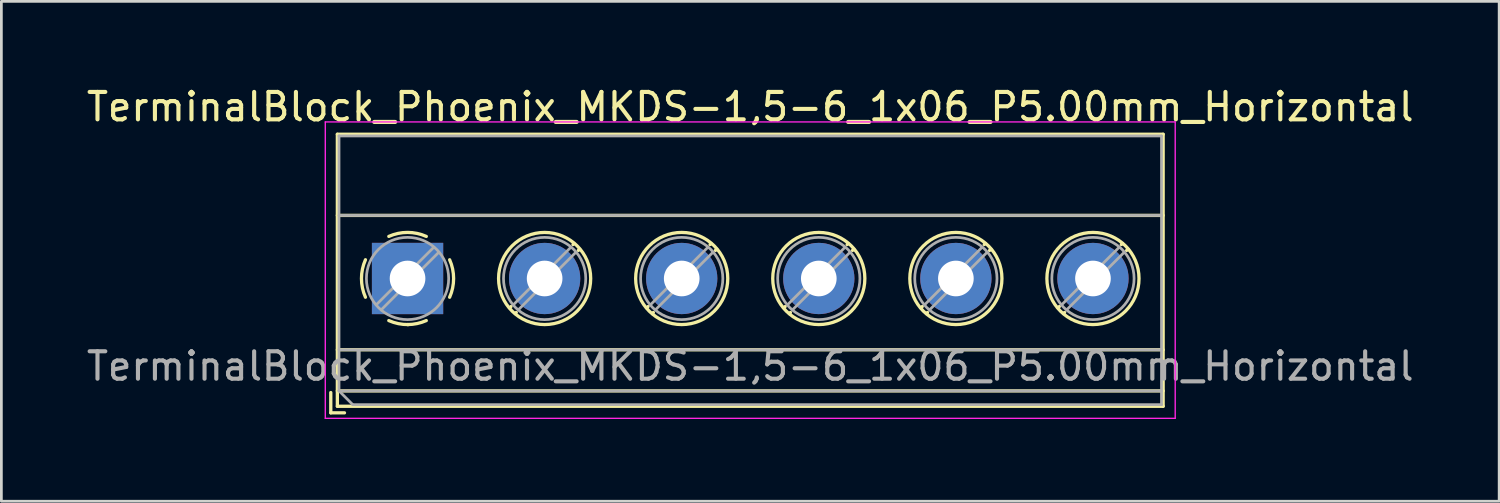
<source format=kicad_pcb>
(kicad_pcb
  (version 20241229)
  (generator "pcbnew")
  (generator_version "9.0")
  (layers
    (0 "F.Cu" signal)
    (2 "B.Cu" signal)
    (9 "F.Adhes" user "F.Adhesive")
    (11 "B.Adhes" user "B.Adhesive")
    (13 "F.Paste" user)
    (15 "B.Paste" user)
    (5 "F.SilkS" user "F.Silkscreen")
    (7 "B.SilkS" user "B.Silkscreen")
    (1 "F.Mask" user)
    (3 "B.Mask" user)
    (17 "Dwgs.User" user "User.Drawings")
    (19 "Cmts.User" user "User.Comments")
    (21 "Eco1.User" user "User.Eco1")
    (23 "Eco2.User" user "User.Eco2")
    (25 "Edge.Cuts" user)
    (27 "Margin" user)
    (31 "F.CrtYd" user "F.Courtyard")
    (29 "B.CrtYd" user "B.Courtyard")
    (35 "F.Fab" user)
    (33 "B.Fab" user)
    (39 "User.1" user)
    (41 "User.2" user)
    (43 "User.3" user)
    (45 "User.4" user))
  (footprint "TerminalBlock_Phoenix_MKDS-1,5-6_1x06_P5.00mm_Horizontal"
    (layer "F.Cu")
    (at 11.815 7.108)
    (property "Reference" "TerminalBlock_Phoenix_MKDS-1,5-6_1x06_P5.00mm_Horizontal" (at 12.5 -6.26 0) (layer "F.SilkS") (effects (font (size 1 1) (thickness 0.15))))
    (attr through_hole)
    (fp_line (start -2.8 4.16) (end -2.8 4.9) (stroke (width 0.12) (type solid)) (layer "F.SilkS"))
    (fp_line (start -2.8 4.9) (end -2.3 4.9) (stroke (width 0.12) (type solid)) (layer "F.SilkS"))
    (fp_line (start -2.56 -5.261) (end -2.56 4.66) (stroke (width 0.12) (type solid)) (layer "F.SilkS"))
    (fp_line (start -2.56 -5.261) (end 27.56 -5.261) (stroke (width 0.12) (type solid)) (layer "F.SilkS"))
    (fp_line (start -2.56 -2.301) (end 27.56 -2.301) (stroke (width 0.12) (type solid)) (layer "F.SilkS"))
    (fp_line (start -2.56 2.6) (end 27.56 2.6) (stroke (width 0.12) (type solid)) (layer "F.SilkS"))
    (fp_line (start -2.56 4.1) (end 27.56 4.1) (stroke (width 0.12) (type solid)) (layer "F.SilkS"))
    (fp_line (start -2.56 4.66) (end 27.56 4.66) (stroke (width 0.12) (type solid)) (layer "F.SilkS"))
    (fp_line (start 3.773 1.023) (end 3.726 1.069) (stroke (width 0.12) (type solid)) (layer "F.SilkS"))
    (fp_line (start 3.966 1.239) (end 3.931 1.274) (stroke (width 0.12) (type solid)) (layer "F.SilkS"))
    (fp_line (start 6.07 -1.275) (end 6.035 -1.239) (stroke (width 0.12) (type solid)) (layer "F.SilkS"))
    (fp_line (start 6.275 -1.069) (end 6.228 -1.023) (stroke (width 0.12) (type solid)) (layer "F.SilkS"))
    (fp_line (start 8.773 1.023) (end 8.726 1.069) (stroke (width 0.12) (type solid)) (layer "F.SilkS"))
    (fp_line (start 8.966 1.239) (end 8.931 1.274) (stroke (width 0.12) (type solid)) (layer "F.SilkS"))
    (fp_line (start 11.07 -1.275) (end 11.035 -1.239) (stroke (width 0.12) (type solid)) (layer "F.SilkS"))
    (fp_line (start 11.275 -1.069) (end 11.228 -1.023) (stroke (width 0.12) (type solid)) (layer "F.SilkS"))
    (fp_line (start 13.773 1.023) (end 13.726 1.069) (stroke (width 0.12) (type solid)) (layer "F.SilkS"))
    (fp_line (start 13.966 1.239) (end 13.931 1.274) (stroke (width 0.12) (type solid)) (layer "F.SilkS"))
    (fp_line (start 16.07 -1.275) (end 16.035 -1.239) (stroke (width 0.12) (type solid)) (layer "F.SilkS"))
    (fp_line (start 16.275 -1.069) (end 16.228 -1.023) (stroke (width 0.12) (type solid)) (layer "F.SilkS"))
    (fp_line (start 18.773 1.023) (end 18.726 1.069) (stroke (width 0.12) (type solid)) (layer "F.SilkS"))
    (fp_line (start 18.966 1.239) (end 18.931 1.274) (stroke (width 0.12) (type solid)) (layer "F.SilkS"))
    (fp_line (start 21.07 -1.275) (end 21.035 -1.239) (stroke (width 0.12) (type solid)) (layer "F.SilkS"))
    (fp_line (start 21.275 -1.069) (end 21.228 -1.023) (stroke (width 0.12) (type solid)) (layer "F.SilkS"))
    (fp_line (start 23.773 1.023) (end 23.726 1.069) (stroke (width 0.12) (type solid)) (layer "F.SilkS"))
    (fp_line (start 23.966 1.239) (end 23.931 1.274) (stroke (width 0.12) (type solid)) (layer "F.SilkS"))
    (fp_line (start 26.07 -1.275) (end 26.035 -1.239) (stroke (width 0.12) (type solid)) (layer "F.SilkS"))
    (fp_line (start 26.275 -1.069) (end 26.228 -1.023) (stroke (width 0.12) (type solid)) (layer "F.SilkS"))
    (fp_line (start 27.56 -5.261) (end 27.56 4.66) (stroke (width 0.12) (type solid)) (layer "F.SilkS"))
    (fp_arc (start -1.535427 0.683042) (mid -1.680501 -0.000524) (end -1.535 -0.684) (stroke (width 0.12) (type solid)) (layer "F.SilkS"))
    (fp_arc (start -0.683042 -1.535427) (mid 0.000524 -1.680501) (end 0.684 -1.535) (stroke (width 0.12) (type solid)) (layer "F.SilkS"))
    (fp_arc (start 0.028805 1.680253) (mid -0.335551 1.646659) (end -0.684 1.535) (stroke (width 0.12) (type solid)) (layer "F.SilkS"))
    (fp_arc (start 0.683318 1.534756) (mid 0.349292 1.643288) (end 0 1.68) (stroke (width 0.12) (type solid)) (layer "F.SilkS"))
    (fp_arc (start 1.535427 -0.683042) (mid 1.680501 0.000524) (end 1.535 0.684) (stroke (width 0.12) (type solid)) (layer "F.SilkS"))
    (fp_circle (center 5 0) (end 6.68 0) (stroke (width 0.12) (type solid)) (fill no) (layer "F.SilkS"))
    (fp_circle (center 10 0) (end 11.68 0) (stroke (width 0.12) (type solid)) (fill no) (layer "F.SilkS"))
    (fp_circle (center 15 0) (end 16.68 0) (stroke (width 0.12) (type solid)) (fill no) (layer "F.SilkS"))
    (fp_circle (center 20 0) (end 21.68 0) (stroke (width 0.12) (type solid)) (fill no) (layer "F.SilkS"))
    (fp_circle (center 25 0) (end 26.68 0) (stroke (width 0.12) (type solid)) (fill no) (layer "F.SilkS"))
    (fp_line (start -3 -5.71) (end -3 5.1) (stroke (width 0.05) (type solid)) (layer "F.CrtYd"))
    (fp_line (start -3 5.1) (end 28 5.1) (stroke (width 0.05) (type solid)) (layer "F.CrtYd"))
    (fp_line (start 28 -5.71) (end -3 -5.71) (stroke (width 0.05) (type solid)) (layer "F.CrtYd"))
    (fp_line (start 28 5.1) (end 28 -5.71) (stroke (width 0.05) (type solid)) (layer "F.CrtYd"))
    (fp_line (start -2.5 -5.2) (end 27.5 -5.2) (stroke (width 0.1) (type solid)) (layer "F.Fab"))
    (fp_line (start -2.5 -2.3) (end 27.5 -2.3) (stroke (width 0.1) (type solid)) (layer "F.Fab"))
    (fp_line (start -2.5 2.6) (end 27.5 2.6) (stroke (width 0.1) (type solid)) (layer "F.Fab"))
    (fp_line (start -2.5 4.1) (end -2.5 -5.2) (stroke (width 0.1) (type solid)) (layer "F.Fab"))
    (fp_line (start -2.5 4.1) (end 27.5 4.1) (stroke (width 0.1) (type solid)) (layer "F.Fab"))
    (fp_line (start -2 4.6) (end -2.5 4.1) (stroke (width 0.1) (type solid)) (layer "F.Fab"))
    (fp_line (start 0.955 -1.138) (end -1.138 0.955) (stroke (width 0.1) (type solid)) (layer "F.Fab"))
    (fp_line (start 1.138 -0.955) (end -0.955 1.138) (stroke (width 0.1) (type solid)) (layer "F.Fab"))
    (fp_line (start 5.955 -1.138) (end 3.863 0.955) (stroke (width 0.1) (type solid)) (layer "F.Fab"))
    (fp_line (start 6.138 -0.955) (end 4.046 1.138) (stroke (width 0.1) (type solid)) (layer "F.Fab"))
    (fp_line (start 10.955 -1.138) (end 8.863 0.955) (stroke (width 0.1) (type solid)) (layer "F.Fab"))
    (fp_line (start 11.138 -0.955) (end 9.046 1.138) (stroke (width 0.1) (type solid)) (layer "F.Fab"))
    (fp_line (start 15.955 -1.138) (end 13.863 0.955) (stroke (width 0.1) (type solid)) (layer "F.Fab"))
    (fp_line (start 16.138 -0.955) (end 14.046 1.138) (stroke (width 0.1) (type solid)) (layer "F.Fab"))
    (fp_line (start 20.955 -1.138) (end 18.863 0.955) (stroke (width 0.1) (type solid)) (layer "F.Fab"))
    (fp_line (start 21.138 -0.955) (end 19.046 1.138) (stroke (width 0.1) (type solid)) (layer "F.Fab"))
    (fp_line (start 25.955 -1.138) (end 23.863 0.955) (stroke (width 0.1) (type solid)) (layer "F.Fab"))
    (fp_line (start 26.138 -0.955) (end 24.046 1.138) (stroke (width 0.1) (type solid)) (layer "F.Fab"))
    (fp_line (start 27.5 -5.2) (end 27.5 4.6) (stroke (width 0.1) (type solid)) (layer "F.Fab"))
    (fp_line (start 27.5 4.6) (end -2 4.6) (stroke (width 0.1) (type solid)) (layer "F.Fab"))
    (fp_circle (center 0 0) (end 1.5 0) (stroke (width 0.1) (type solid)) (fill no) (layer "F.Fab"))
    (fp_circle (center 5 0) (end 6.5 0) (stroke (width 0.1) (type solid)) (fill no) (layer "F.Fab"))
    (fp_circle (center 10 0) (end 11.5 0) (stroke (width 0.1) (type solid)) (fill no) (layer "F.Fab"))
    (fp_circle (center 15 0) (end 16.5 0) (stroke (width 0.1) (type solid)) (fill no) (layer "F.Fab"))
    (fp_circle (center 20 0) (end 21.5 0) (stroke (width 0.1) (type solid)) (fill no) (layer "F.Fab"))
    (fp_circle (center 25 0) (end 26.5 0) (stroke (width 0.1) (type solid)) (fill no) (layer "F.Fab"))
    (fp_text user "${REFERENCE}" (at 12.5 3.2 0) (layer "F.Fab") (effects (font (size 1 1) (thickness 0.15))))
    (pad "1" thru_hole rect (at 0 0) (size 2.6 2.6) (drill 1.3) (layers "*.Cu" "*.Mask"))
    (pad "2" thru_hole circle (at 5 0) (size 2.6 2.6) (drill 1.3) (layers "*.Cu" "*.Mask"))
    (pad "3" thru_hole circle (at 10 0) (size 2.6 2.6) (drill 1.3) (layers "*.Cu" "*.Mask"))
    (pad "4" thru_hole circle (at 15 0) (size 2.6 2.6) (drill 1.3) (layers "*.Cu" "*.Mask"))
    (pad "5" thru_hole circle (at 20 0) (size 2.6 2.6) (drill 1.3) (layers "*.Cu" "*.Mask"))
    (pad "6" thru_hole circle (at 25 0) (size 2.6 2.6) (drill 1.3) (layers "*.Cu" "*.Mask")))
  (gr_rect
    (start -3 -3)
    (end 51.631 15.233)
    (stroke (width 0.1) (type default))
    (fill no)
    (layer "Edge.Cuts")))
</source>
